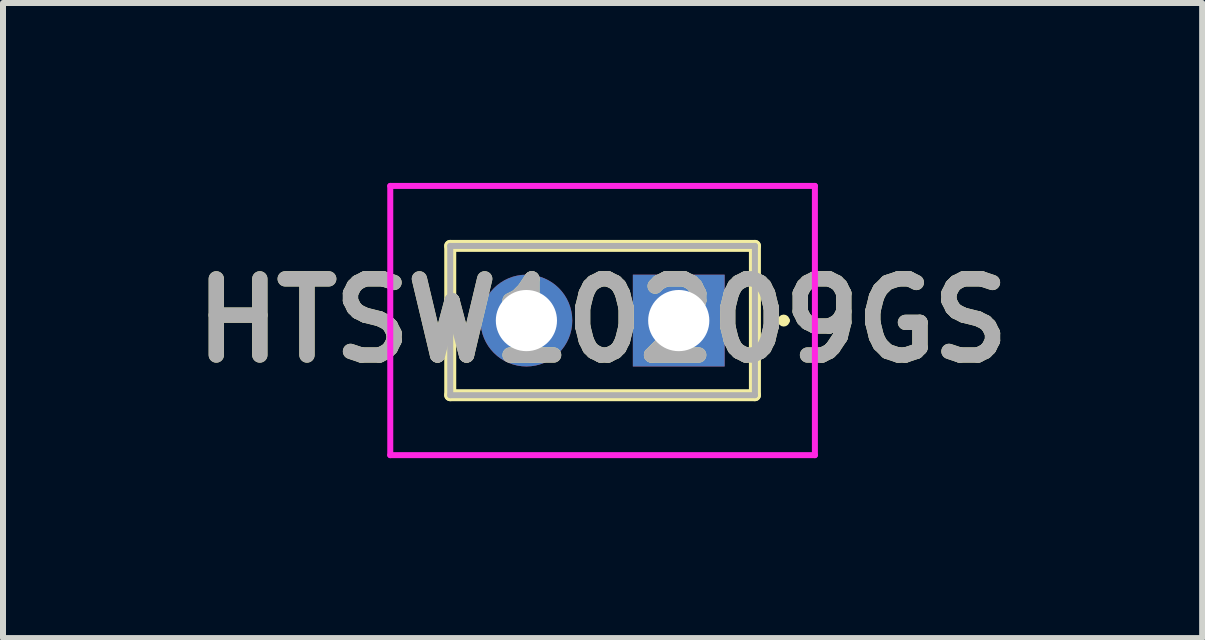
<source format=kicad_pcb>
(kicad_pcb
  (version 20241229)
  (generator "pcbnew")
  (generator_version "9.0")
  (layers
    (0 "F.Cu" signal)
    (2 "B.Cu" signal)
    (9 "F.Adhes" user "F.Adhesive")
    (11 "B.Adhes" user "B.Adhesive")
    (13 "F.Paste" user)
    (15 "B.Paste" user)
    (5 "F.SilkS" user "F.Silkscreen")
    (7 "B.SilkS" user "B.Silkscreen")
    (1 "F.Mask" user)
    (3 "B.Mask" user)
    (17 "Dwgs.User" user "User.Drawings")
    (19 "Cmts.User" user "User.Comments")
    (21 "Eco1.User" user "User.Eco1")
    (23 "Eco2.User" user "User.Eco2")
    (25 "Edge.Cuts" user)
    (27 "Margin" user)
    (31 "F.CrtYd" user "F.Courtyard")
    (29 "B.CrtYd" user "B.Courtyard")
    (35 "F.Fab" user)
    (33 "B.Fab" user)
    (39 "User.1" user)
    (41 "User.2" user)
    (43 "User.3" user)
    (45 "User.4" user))
  (footprint "HTSW10209GS"
    (layer "F.Cu")
    (at 8.267 2.295)
    (property "Reference" "HTSW10209GS" (at -1.27 0 0) (layer "F.SilkS") (effects (font (size 1.27 1.27) (thickness 0.254))))
    (attr through_hole)
    (fp_line (start -3.81 -1.245) (end -3.81 1.244) (stroke (width 0.2) (type solid)) (layer "F.SilkS"))
    (fp_line (start -3.81 1.244) (end 1.27 1.244) (stroke (width 0.2) (type solid)) (layer "F.SilkS"))
    (fp_line (start 1.27 -1.245) (end -3.81 -1.245) (stroke (width 0.2) (type solid)) (layer "F.SilkS"))
    (fp_line (start 1.27 1.244) (end 1.27 -1.245) (stroke (width 0.2) (type solid)) (layer "F.SilkS"))
    (fp_line (start 1.7 0) (end 1.7 0) (stroke (width 0.1) (type solid)) (layer "F.SilkS"))
    (fp_line (start 1.8 0) (end 1.8 0) (stroke (width 0.1) (type solid)) (layer "F.SilkS"))
    (fp_arc (start 1.7 0) (mid 1.75 -0.05) (end 1.8 0) (stroke (width 0.1) (type solid)) (layer "F.SilkS"))
    (fp_arc (start 1.8 0) (mid 1.75 0.05) (end 1.7 0) (stroke (width 0.1) (type solid)) (layer "F.SilkS"))
    (fp_line (start -4.81 -2.245) (end -4.81 2.244) (stroke (width 0.1) (type solid)) (layer "F.CrtYd"))
    (fp_line (start -4.81 2.244) (end 2.27 2.244) (stroke (width 0.1) (type solid)) (layer "F.CrtYd"))
    (fp_line (start 2.27 -2.245) (end -4.81 -2.245) (stroke (width 0.1) (type solid)) (layer "F.CrtYd"))
    (fp_line (start 2.27 2.244) (end 2.27 -2.245) (stroke (width 0.1) (type solid)) (layer "F.CrtYd"))
    (fp_line (start -3.81 -1.245) (end -3.81 1.244) (stroke (width 0.1) (type solid)) (layer "F.Fab"))
    (fp_line (start -3.81 1.244) (end 1.27 1.244) (stroke (width 0.1) (type solid)) (layer "F.Fab"))
    (fp_line (start 1.27 -1.245) (end -3.81 -1.245) (stroke (width 0.1) (type solid)) (layer "F.Fab"))
    (fp_line (start 1.27 1.244) (end 1.27 -1.245) (stroke (width 0.1) (type solid)) (layer "F.Fab"))
    (fp_text user "${REFERENCE}" (at -1.27 0 0) (layer "F.Fab") (effects (font (size 1.27 1.27) (thickness 0.254))))
    (pad "1" thru_hole rect (at 0 0) (size 1.53 1.53) (drill 1.02) (layers "*.Cu" "*.Mask"))
    (pad "2" thru_hole circle (at -2.54 0) (size 1.53 1.53) (drill 1.02) (layers "*.Cu" "*.Mask")))
  (gr_rect
    (start -3 -3)
    (end 16.994 7.589)
    (stroke (width 0.1) (type default))
    (fill no)
    (layer "Edge.Cuts")))
</source>
